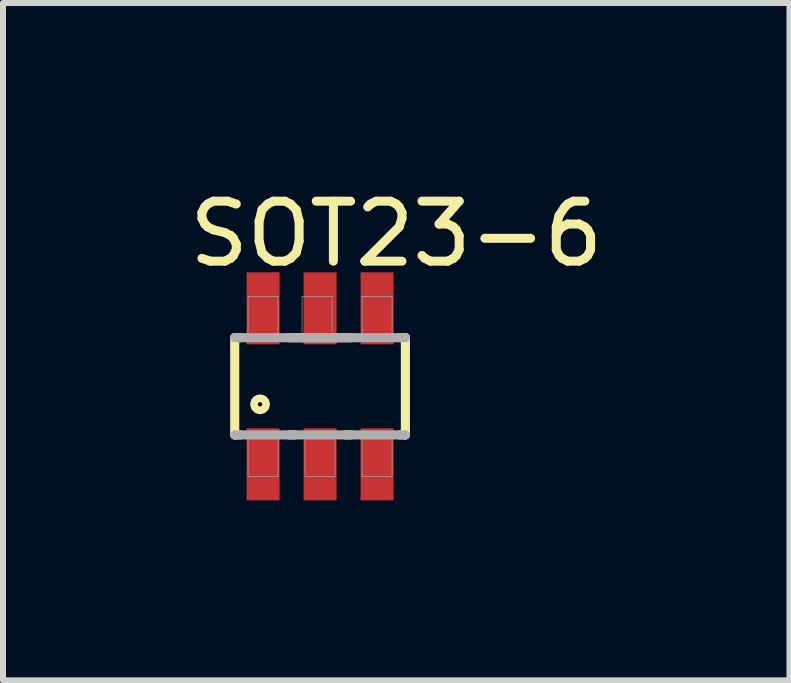
<source format=kicad_pcb>
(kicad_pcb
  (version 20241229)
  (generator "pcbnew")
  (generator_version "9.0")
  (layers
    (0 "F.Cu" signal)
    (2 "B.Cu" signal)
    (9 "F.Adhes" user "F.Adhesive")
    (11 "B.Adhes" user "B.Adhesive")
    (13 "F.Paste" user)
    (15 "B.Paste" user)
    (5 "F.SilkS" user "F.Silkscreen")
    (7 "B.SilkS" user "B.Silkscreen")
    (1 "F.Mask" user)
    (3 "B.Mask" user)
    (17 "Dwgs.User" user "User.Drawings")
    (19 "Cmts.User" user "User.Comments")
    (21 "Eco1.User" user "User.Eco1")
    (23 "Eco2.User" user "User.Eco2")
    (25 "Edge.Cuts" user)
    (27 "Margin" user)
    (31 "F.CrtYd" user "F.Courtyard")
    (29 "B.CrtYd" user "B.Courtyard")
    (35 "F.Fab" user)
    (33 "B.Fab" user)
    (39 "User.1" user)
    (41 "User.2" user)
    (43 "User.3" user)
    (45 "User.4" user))
  (footprint "SOT23-6"
    (layer "F.Cu")
    (at 2.284 3.388)
    (property "Reference" "SOT23-6" (at 1.27 -2.54 0) (layer "F.SilkS") (effects (font (size 1 1) (thickness 0.15))))
    (attr through_hole)
    (fp_line (start -1.422 -0.81) (end -1.328 -0.81) (stroke (width 0.152) (type solid)) (layer "F.SilkS"))
    (fp_line (start -1.422 0.81) (end -1.422 -0.81) (stroke (width 0.152) (type solid)) (layer "F.SilkS"))
    (fp_line (start -1.328 0.81) (end -1.422 0.81) (stroke (width 0.152) (type solid)) (layer "F.SilkS"))
    (fp_line (start -0.522 -0.81) (end 0.522 -0.81) (stroke (width 0.152) (type solid)) (layer "F.SilkS"))
    (fp_line (start -0.428 0.81) (end -0.522 0.81) (stroke (width 0.152) (type solid)) (layer "F.SilkS"))
    (fp_line (start 0.522 0.81) (end 0.428 0.81) (stroke (width 0.152) (type solid)) (layer "F.SilkS"))
    (fp_line (start 1.328 -0.81) (end 1.422 -0.81) (stroke (width 0.152) (type solid)) (layer "F.SilkS"))
    (fp_line (start 1.422 -0.81) (end 1.422 0.81) (stroke (width 0.152) (type solid)) (layer "F.SilkS"))
    (fp_line (start 1.422 0.81) (end 1.328 0.81) (stroke (width 0.152) (type solid)) (layer "F.SilkS"))
    (fp_circle (center -1 0.3) (end -0.9 0.3) (stroke (width 0.127) (type solid)) (fill no) (layer "F.SilkS"))
    (fp_line (start -1.422 -0.81) (end 1.422 -0.81) (stroke (width 0.152) (type solid)) (layer "F.Fab"))
    (fp_line (start 1.422 0.81) (end -1.422 0.81) (stroke (width 0.152) (type solid)) (layer "F.Fab"))
    (fp_poly (pts (xy -1.2 -1.5) (xy -0.7 -1.5) (xy -0.7 -0.85) (xy -1.2 -0.85)) (stroke (width 0.01) (type solid)) (fill no) (layer "F.Fab"))
    (fp_poly (pts (xy -1.2 0.85) (xy -0.7 0.85) (xy -0.7 1.5) (xy -1.2 1.5)) (stroke (width 0.01) (type solid)) (fill no) (layer "F.Fab"))
    (fp_poly (pts (xy -0.3 -1.5) (xy 0.2 -1.5) (xy 0.2 -0.85) (xy -0.3 -0.85)) (stroke (width 0.01) (type solid)) (fill no) (layer "F.Fab"))
    (fp_poly (pts (xy -0.25 0.85) (xy 0.25 0.85) (xy 0.25 1.5) (xy -0.25 1.5)) (stroke (width 0.01) (type solid)) (fill no) (layer "F.Fab"))
    (fp_poly (pts (xy 0.7 -1.5) (xy 1.2 -1.5) (xy 1.2 -0.85) (xy 0.7 -0.85)) (stroke (width 0.01) (type solid)) (fill no) (layer "F.Fab"))
    (fp_poly (pts (xy 0.7 0.85) (xy 1.2 0.85) (xy 1.2 1.5) (xy 0.7 1.5)) (stroke (width 0.01) (type solid)) (fill no) (layer "F.Fab"))
    (pad "1" smd rect (at -0.95 1.3) (size 0.55 1.2) (layers "F.Cu" "F.Mask" "F.Paste"))
    (pad "2" smd rect (at 0 1.3) (size 0.55 1.2) (layers "F.Cu" "F.Mask" "F.Paste"))
    (pad "3" smd rect (at 0.95 1.3) (size 0.55 1.2) (layers "F.Cu" "F.Mask" "F.Paste"))
    (pad "4" smd rect (at 0.95 -1.3) (size 0.55 1.2) (layers "F.Cu" "F.Mask" "F.Paste"))
    (pad "5" smd rect (at 0 -1.3) (size 0.55 1.2) (layers "F.Cu" "F.Mask" "F.Paste"))
    (pad "6" smd rect (at -0.95 -1.3) (size 0.55 1.2) (layers "F.Cu" "F.Mask" "F.Paste")))
  (gr_rect
    (start -3 -3)
    (end 10.107 8.288)
    (stroke (width 0.1) (type default))
    (fill no)
    (layer "Edge.Cuts")))
</source>
